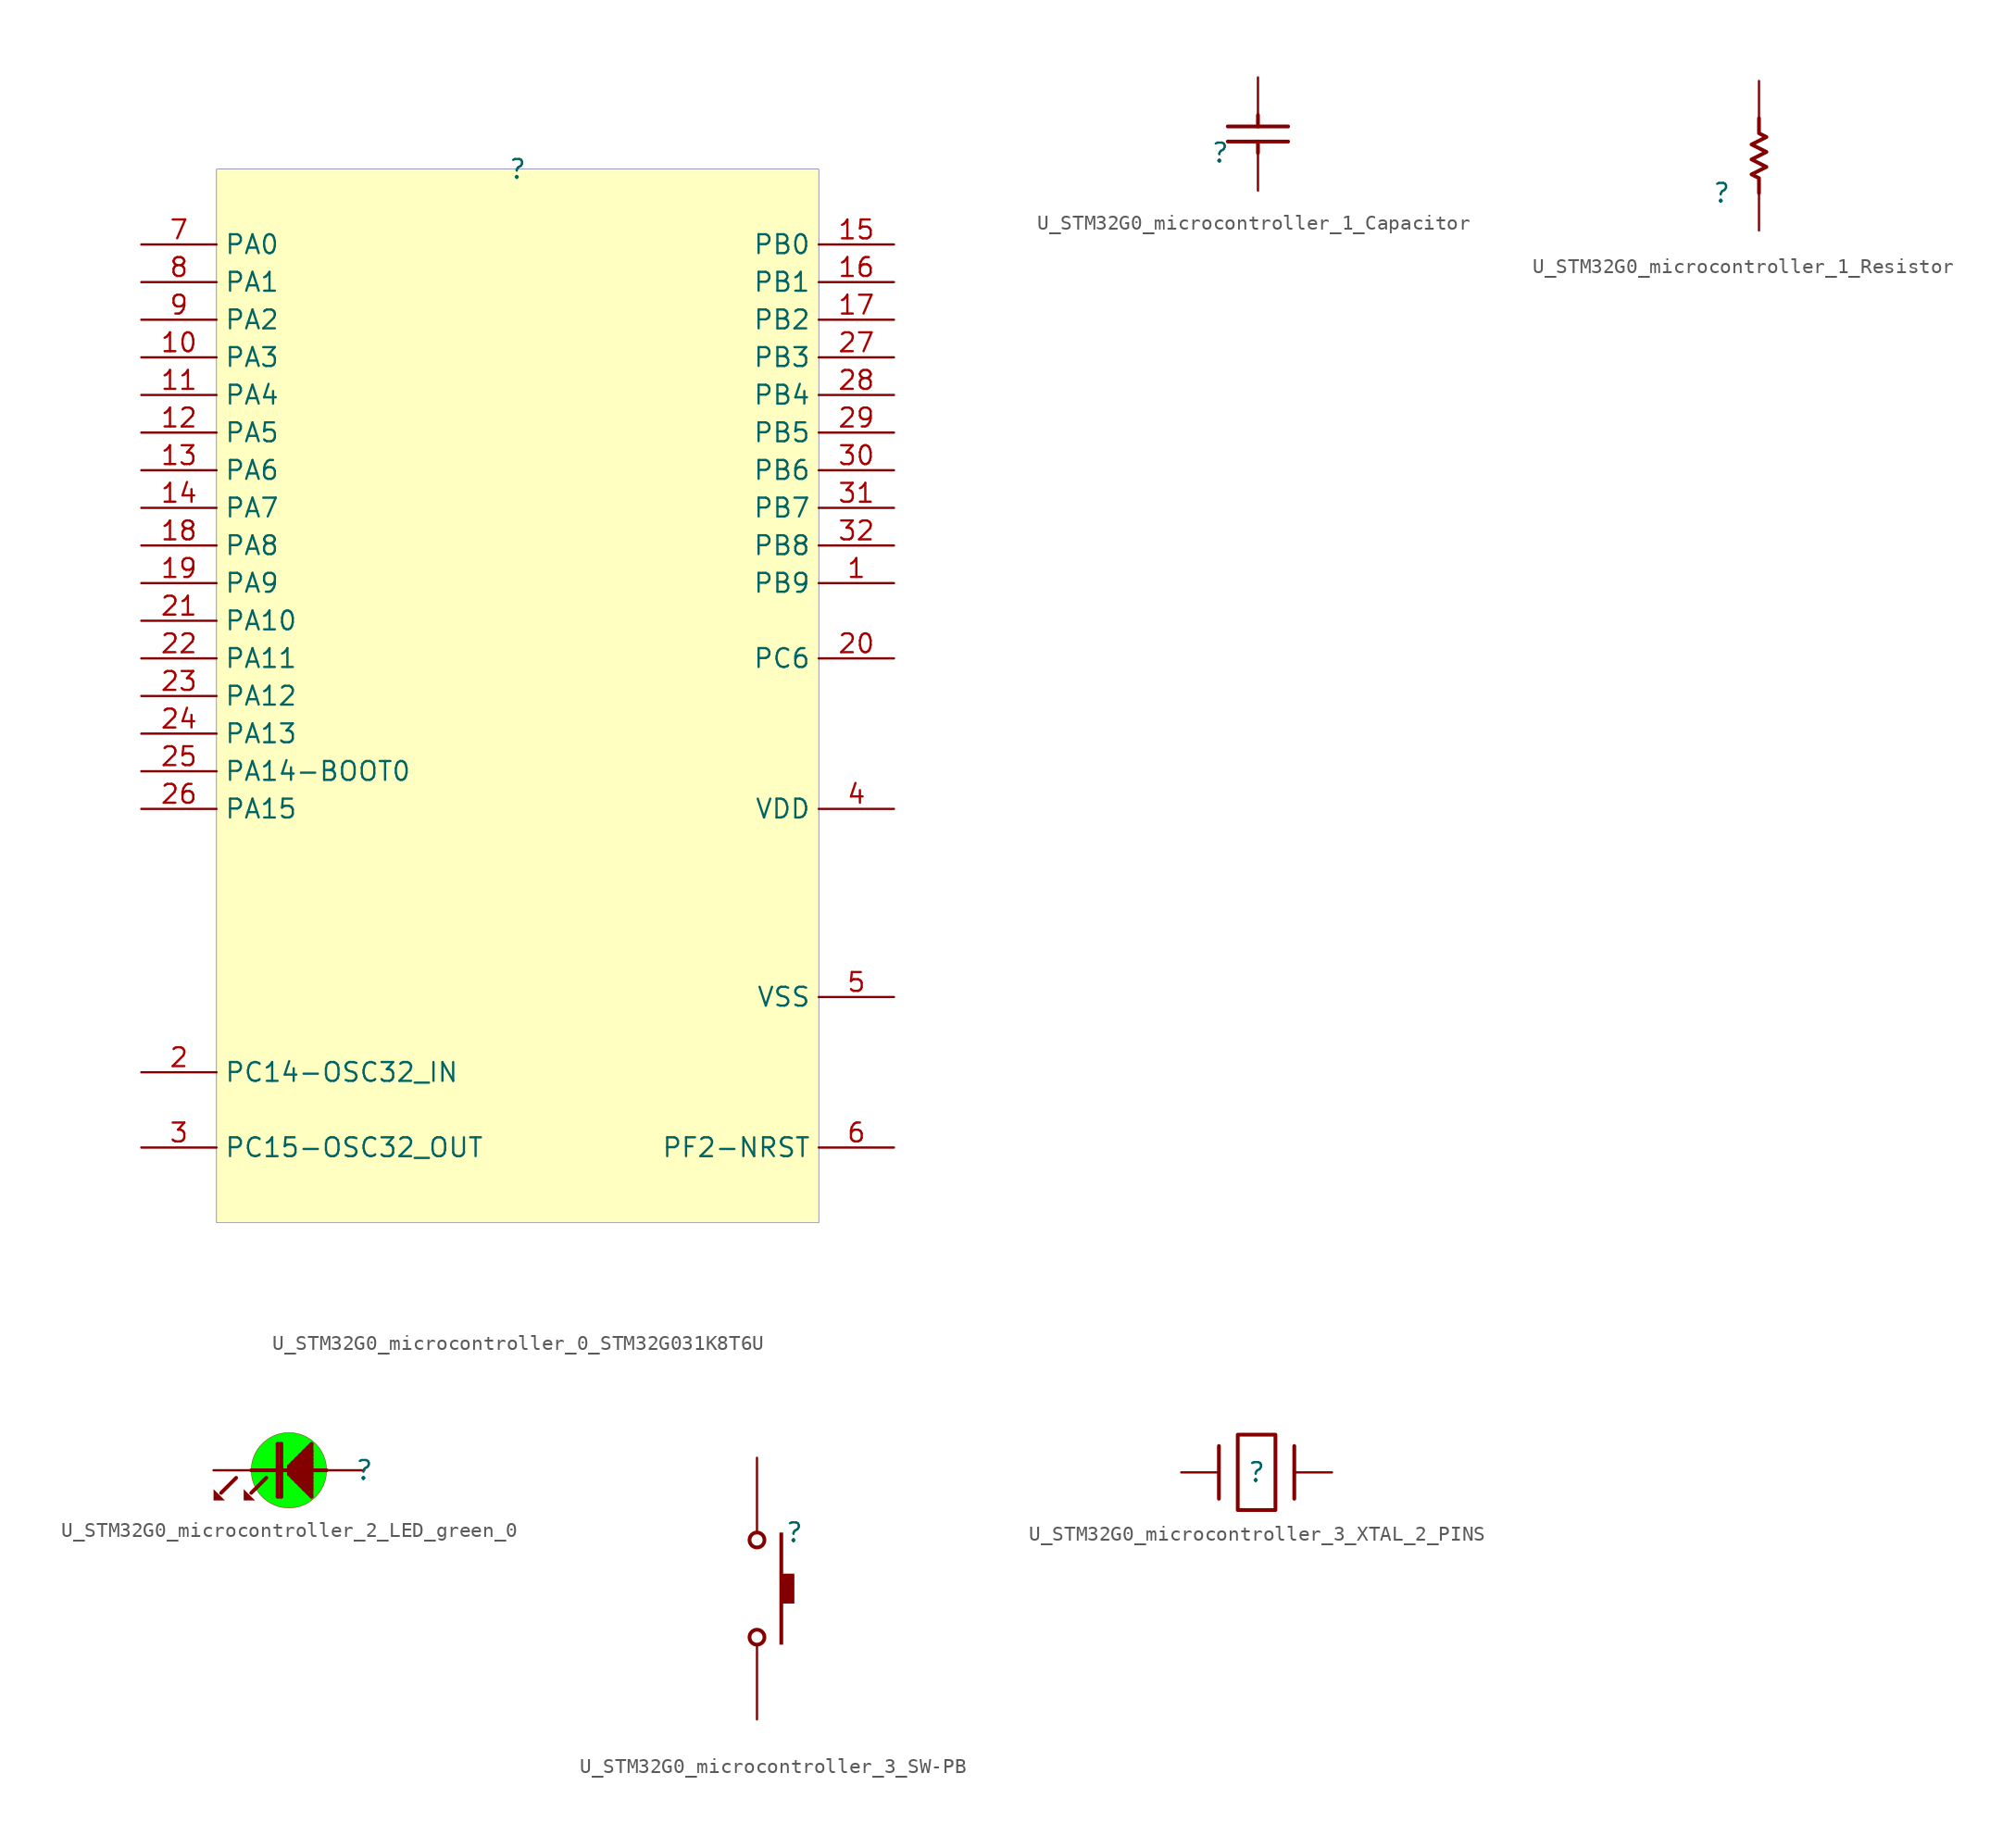
<source format=kicad_sym>
(kicad_symbol_lib
  (version 20231120)
  (generator "kicad_symbol_editor")
  (generator_version "8.0")
  (symbol "U_STM32G0_microcontroller_0_STM32G031K8T6U"
    (property "Reference" ""
      (at 0 0 0)
      (effects (font (size 1.27 1.27))))
    (property "Value" ""
      (at 0 0 0)
      (effects (font (size 1.27 1.27))))
    (symbol "U_STM32G0_microcontroller_0_STM32G031K8T6U_1_0"
      (rectangle (start 20.32 0) (end -20.32 -71.12) (stroke (width 0.025) (type solid) (color 0 0 128 1)) (fill (type background)))
      (pin passive line (at 25.4 -27.94 180) (length 5.08) (name "PB9" (effects (font (size 1.27 1.27)))) (number "1" (effects (font (size 1.27 1.27)))))
      (pin passive line (at -25.4 -12.7 0) (length 5.08) (name "PA3" (effects (font (size 1.27 1.27)))) (number "10" (effects (font (size 1.27 1.27)))))
      (pin passive line (at -25.4 -15.24 0) (length 5.08) (name "PA4" (effects (font (size 1.27 1.27)))) (number "11" (effects (font (size 1.27 1.27)))))
      (pin passive line (at -25.4 -17.78 0) (length 5.08) (name "PA5" (effects (font (size 1.27 1.27)))) (number "12" (effects (font (size 1.27 1.27)))))
      (pin passive line (at -25.4 -20.32 0) (length 5.08) (name "PA6" (effects (font (size 1.27 1.27)))) (number "13" (effects (font (size 1.27 1.27)))))
      (pin passive line (at -25.4 -22.86 0) (length 5.08) (name "PA7" (effects (font (size 1.27 1.27)))) (number "14" (effects (font (size 1.27 1.27)))))
      (pin passive line (at 25.4 -5.08 180) (length 5.08) (name "PB0" (effects (font (size 1.27 1.27)))) (number "15" (effects (font (size 1.27 1.27)))))
      (pin passive line (at 25.4 -7.62 180) (length 5.08) (name "PB1" (effects (font (size 1.27 1.27)))) (number "16" (effects (font (size 1.27 1.27)))))
      (pin passive line (at 25.4 -10.16 180) (length 5.08) (name "PB2" (effects (font (size 1.27 1.27)))) (number "17" (effects (font (size 1.27 1.27)))))
      (pin passive line (at -25.4 -25.4 0) (length 5.08) (name "PA8" (effects (font (size 1.27 1.27)))) (number "18" (effects (font (size 1.27 1.27)))))
      (pin passive line (at -25.4 -27.94 0) (length 5.08) (name "PA9" (effects (font (size 1.27 1.27)))) (number "19" (effects (font (size 1.27 1.27)))))
      (pin passive line (at -25.4 -60.96 0) (length 5.08) (name "PC14-OSC32_IN" (effects (font (size 1.27 1.27)))) (number "2" (effects (font (size 1.27 1.27)))))
      (pin passive line (at 25.4 -33.02 180) (length 5.08) (name "PC6" (effects (font (size 1.27 1.27)))) (number "20" (effects (font (size 1.27 1.27)))))
      (pin passive line (at -25.4 -30.48 0) (length 5.08) (name "PA10" (effects (font (size 1.27 1.27)))) (number "21" (effects (font (size 1.27 1.27)))))
      (pin passive line (at -25.4 -33.02 0) (length 5.08) (name "PA11" (effects (font (size 1.27 1.27)))) (number "22" (effects (font (size 1.27 1.27)))))
      (pin passive line (at -25.4 -35.56 0) (length 5.08) (name "PA12" (effects (font (size 1.27 1.27)))) (number "23" (effects (font (size 1.27 1.27)))))
      (pin passive line (at -25.4 -38.1 0) (length 5.08) (name "PA13" (effects (font (size 1.27 1.27)))) (number "24" (effects (font (size 1.27 1.27)))))
      (pin passive line (at -25.4 -40.64 0) (length 5.08) (name "PA14-BOOT0" (effects (font (size 1.27 1.27)))) (number "25" (effects (font (size 1.27 1.27)))))
      (pin passive line (at -25.4 -43.18 0) (length 5.08) (name "PA15" (effects (font (size 1.27 1.27)))) (number "26" (effects (font (size 1.27 1.27)))))
      (pin passive line (at 25.4 -12.7 180) (length 5.08) (name "PB3" (effects (font (size 1.27 1.27)))) (number "27" (effects (font (size 1.27 1.27)))))
      (pin passive line (at 25.4 -15.24 180) (length 5.08) (name "PB4" (effects (font (size 1.27 1.27)))) (number "28" (effects (font (size 1.27 1.27)))))
      (pin passive line (at 25.4 -17.78 180) (length 5.08) (name "PB5" (effects (font (size 1.27 1.27)))) (number "29" (effects (font (size 1.27 1.27)))))
      (pin passive line (at -25.4 -66.04 0) (length 5.08) (name "PC15-OSC32_OUT" (effects (font (size 1.27 1.27)))) (number "3" (effects (font (size 1.27 1.27)))))
      (pin passive line (at 25.4 -20.32 180) (length 5.08) (name "PB6" (effects (font (size 1.27 1.27)))) (number "30" (effects (font (size 1.27 1.27)))))
      (pin passive line (at 25.4 -22.86 180) (length 5.08) (name "PB7" (effects (font (size 1.27 1.27)))) (number "31" (effects (font (size 1.27 1.27)))))
      (pin passive line (at 25.4 -25.4 180) (length 5.08) (name "PB8" (effects (font (size 1.27 1.27)))) (number "32" (effects (font (size 1.27 1.27)))))
      (pin passive line (at 25.4 -43.18 180) (length 5.08) (name "VDD" (effects (font (size 1.27 1.27)))) (number "4" (effects (font (size 1.27 1.27)))))
      (pin passive line (at 25.4 -55.88 180) (length 5.08) (name "VSS" (effects (font (size 1.27 1.27)))) (number "5" (effects (font (size 1.27 1.27)))))
      (pin passive line (at 25.4 -66.04 180) (length 5.08) (name "PF2-NRST" (effects (font (size 1.27 1.27)))) (number "6" (effects (font (size 1.27 1.27)))))
      (pin passive line (at -25.4 -5.08 0) (length 5.08) (name "PA0" (effects (font (size 1.27 1.27)))) (number "7" (effects (font (size 1.27 1.27)))))
      (pin passive line (at -25.4 -7.62 0) (length 5.08) (name "PA1" (effects (font (size 1.27 1.27)))) (number "8" (effects (font (size 1.27 1.27)))))
      (pin passive line (at -25.4 -10.16 0) (length 5.08) (name "PA2" (effects (font (size 1.27 1.27)))) (number "9" (effects (font (size 1.27 1.27)))))))
  (symbol "U_STM32G0_microcontroller_1_Capacitor"
    (property "Reference" ""
      (at 0 0 0)
      (effects (font (size 1.27 1.27))))
    (property "Value" ""
      (at 0 0 0)
      (effects (font (size 1.27 1.27))))
    (symbol "U_STM32G0_microcontroller_1_Capacitor_1_0"
      (polyline (pts (xy 0.508 1.778) (xy 4.572 1.778)) (stroke (width 0.254) (type solid)) (fill (type none)))
      (polyline (pts (xy 2.54 0) (xy 2.54 0.762)) (stroke (width 0.254) (type solid)) (fill (type none)))
      (polyline (pts (xy 2.54 2.54) (xy 2.54 1.778)) (stroke (width 0.254) (type solid)) (fill (type none)))
      (polyline (pts (xy 4.572 0.762) (xy 0.508 0.762)) (stroke (width 0.254) (type solid)) (fill (type none)))
      (pin passive line (at 2.54 -2.54 90) (length 2.54) (name "1" (effects (font (size 0 0)))) (number "1" (effects (font (size 0 0)))))
      (pin passive line (at 2.54 5.08 270) (length 2.54) (name "2" (effects (font (size 0 0)))) (number "2" (effects (font (size 0 0)))))))
  (symbol "U_STM32G0_microcontroller_1_Resistor"
    (property "Reference" ""
      (at 0 0 0)
      (effects (font (size 1.27 1.27))))
    (property "Value" ""
      (at 0 0 0)
      (effects (font (size 1.27 1.27))))
    (symbol "U_STM32G0_microcontroller_1_Resistor_1_0"
      (polyline (pts (xy 2.54 5.08) (xy 2.54 4.064) (xy 3.048 3.81) (xy 2.032 3.302) (xy 3.048 2.794) (xy 2.032 2.286) (xy 3.048 1.778) (xy 2.032 1.27) (xy 2.54 1.016) (xy 2.54 0)) (stroke (width 0.254) (type solid)) (fill (type none)))
      (pin passive line (at 2.54 -2.54 90) (length 2.54) (name "1" (effects (font (size 0 0)))) (number "1" (effects (font (size 0 0)))))
      (pin passive line (at 2.54 7.62 270) (length 2.54) (name "2" (effects (font (size 0 0)))) (number "2" (effects (font (size 0 0)))))))
  (symbol "U_STM32G0_microcontroller_2_LED_green_0"
    (property "Reference" ""
      (at 0 0 0)
      (effects (font (size 1.27 1.27))))
    (property "Value" ""
      (at 0 0 0)
      (effects (font (size 1.27 1.27))))
    (symbol "U_STM32G0_microcontroller_2_LED_green_0_1_0"
      (circle (center -5.08 0) (radius 2.54) (stroke (width 0.025) (type solid)) (fill (type color) (color 0 255 0 1)))
      (polyline (pts (xy -8.636 -0.508) (xy -9.652 -1.524)) (stroke (width 0.254) (type solid)) (fill (type none)))
      (polyline (pts (xy -6.604 -0.508) (xy -7.62 -1.524)) (stroke (width 0.254) (type solid)) (fill (type none)))
      (polyline (pts (xy -5.842 -1.778) (xy -5.842 1.778)) (stroke (width 0.254) (type solid)) (fill (type none)))
      (polyline (pts (xy -5.588 -1.778) (xy -5.842 -1.778)) (stroke (width 0.254) (type solid)) (fill (type none)))
      (polyline (pts (xy -5.588 -1.778) (xy -5.588 1.778)) (stroke (width 0.254) (type solid)) (fill (type none)))
      (polyline (pts (xy -5.588 -0.254) (xy -5.842 -0.254)) (stroke (width 0.254) (type solid)) (fill (type none)))
      (polyline (pts (xy -5.588 0.254) (xy -5.842 0.254)) (stroke (width 0.254) (type solid)) (fill (type none)))
      (polyline (pts (xy -5.588 1.778) (xy -5.842 1.778)) (stroke (width 0.254) (type solid)) (fill (type none)))
      (polyline (pts (xy -5.08 -0.254) (xy -5.08 0.254)) (stroke (width 0.254) (type solid)) (fill (type none)))
      (polyline (pts (xy -5.08 0.254) (xy -3.556 1.778)) (stroke (width 0.254) (type solid)) (fill (type none)))
      (polyline (pts (xy -4.826 -0.508) (xy -4.826 0.508)) (stroke (width 0.254) (type solid)) (fill (type none)))
      (polyline (pts (xy -4.572 -0.762) (xy -4.572 0.762)) (stroke (width 0.254) (type solid)) (fill (type none)))
      (polyline (pts (xy -4.318 -1.016) (xy -4.318 1.016)) (stroke (width 0.254) (type solid)) (fill (type none)))
      (polyline (pts (xy -4.064 -1.27) (xy -4.064 1.27)) (stroke (width 0.254) (type solid)) (fill (type none)))
      (polyline (pts (xy -3.81 -1.524) (xy -3.81 1.524)) (stroke (width 0.254) (type solid)) (fill (type none)))
      (polyline (pts (xy -3.556 -1.778) (xy -5.08 -0.254)) (stroke (width 0.254) (type solid)) (fill (type none)))
      (polyline (pts (xy -3.556 -1.778) (xy -3.556 1.778)) (stroke (width 0.254) (type solid)) (fill (type none)))
      (polyline (pts (xy -3.556 -1.27) (xy -4.064 -1.27)) (stroke (width 0.254) (type solid)) (fill (type none)))
      (polyline (pts (xy -3.556 -1.016) (xy -4.318 -1.016)) (stroke (width 0.254) (type solid)) (fill (type none)))
      (polyline (pts (xy -3.556 -0.762) (xy -4.572 -0.762)) (stroke (width 0.254) (type solid)) (fill (type none)))
      (polyline (pts (xy -3.556 -0.508) (xy -4.826 -0.508)) (stroke (width 0.254) (type solid)) (fill (type none)))
      (polyline (pts (xy -3.556 -0.254) (xy -5.08 -0.254)) (stroke (width 0.254) (type solid)) (fill (type none)))
      (polyline (pts (xy -3.556 0.254) (xy -5.08 0.254)) (stroke (width 0.254) (type solid)) (fill (type none)))
      (polyline (pts (xy -3.556 0.508) (xy -4.826 0.508)) (stroke (width 0.254) (type solid)) (fill (type none)))
      (polyline (pts (xy -3.556 0.762) (xy -4.572 0.762)) (stroke (width 0.254) (type solid)) (fill (type none)))
      (polyline (pts (xy -3.556 1.016) (xy -4.318 1.016)) (stroke (width 0.254) (type solid)) (fill (type none)))
      (polyline (pts (xy -3.556 1.27) (xy -4.064 1.27)) (stroke (width 0.254) (type solid)) (fill (type none)))
      (polyline (pts (xy -2.54 0) (xy -7.62 0)) (stroke (width 0.254) (type solid)) (fill (type none)))
      (polyline (pts (xy -9.398 -2.032) (xy -10.16 -2.032) (xy -10.16 -1.27) (xy -9.398 -2.032)) (stroke (width -0.0001) (type solid)) (fill (type outline)))
      (polyline (pts (xy -7.366 -2.032) (xy -8.128 -2.032) (xy -8.128 -1.27) (xy -7.366 -2.032)) (stroke (width -0.0001) (type solid)) (fill (type outline)))
      (pin passive line (at 0 0 180) (length 2.54) (name "" (effects (font (size 0 0)))) (number "1" (effects (font (size 0 0)))))
      (pin passive line (at -10.16 0 0) (length 2.54) (name "" (effects (font (size 0 0)))) (number "2" (effects (font (size 0 0)))))))
  (symbol "U_STM32G0_microcontroller_3_SW-PB"
    (property "Reference" ""
      (at 0 0 0)
      (effects (font (size 1.27 1.27))))
    (property "Value" ""
      (at 0 0 0)
      (effects (font (size 1.27 1.27))))
    (symbol "U_STM32G0_microcontroller_3_SW-PB_1_0"
      (circle (center -2.54 -7.112) (radius 0.508) (stroke (width 0.254) (type solid)) (fill (type none)))
      (circle (center -2.54 -0.508) (radius 0.508) (stroke (width 0.254) (type solid)) (fill (type none)))
      (polyline (pts (xy -0.762 0) (xy -1.016 0) (xy -1.016 -7.62) (xy -0.762 -7.62) (xy -0.762 -4.826) (xy 0 -4.826) (xy 0 -2.794) (xy -0.762 -2.794) (xy -0.762 0)) (stroke (width -0.0001) (type solid)) (fill (type outline)))
      (pin passive line (at -2.54 5.08 270) (length 5.08) (name "1" (effects (font (size 0 0)))) (number "1" (effects (font (size 0 0)))))
      (pin passive line (at -2.54 -12.7 90) (length 5.08) (name "2" (effects (font (size 0 0)))) (number "2" (effects (font (size 0 0)))))))
  (symbol "U_STM32G0_microcontroller_3_XTAL_2_PINS"
    (property "Reference" ""
      (at 0 0 0)
      (effects (font (size 1.27 1.27))))
    (property "Value" ""
      (at 0 0 0)
      (effects (font (size 1.27 1.27))))
    (symbol "U_STM32G0_microcontroller_3_XTAL_2_PINS_1_0"
      (polyline (pts (xy -2.54 -1.778) (xy -2.54 1.778)) (stroke (width 0.254) (type solid)) (fill (type none)))
      (polyline (pts (xy 2.54 -1.778) (xy 2.54 1.778)) (stroke (width 0.254) (type solid)) (fill (type none)))
      (rectangle (start 1.27 2.54) (end -1.27 -2.54) (stroke (width 0.254) (type solid)) (fill (type color) (color 255 255 255 0.5)))
      (pin passive line (at -5.08 0 0) (length 2.54) (name "X1" (effects (font (size 0 0)))) (number "1" (effects (font (size 0 0)))))
      (pin passive line (at 5.08 0 180) (length 2.54) (name "X2" (effects (font (size 0 0)))) (number "2" (effects (font (size 0 0))))))))
</source>
